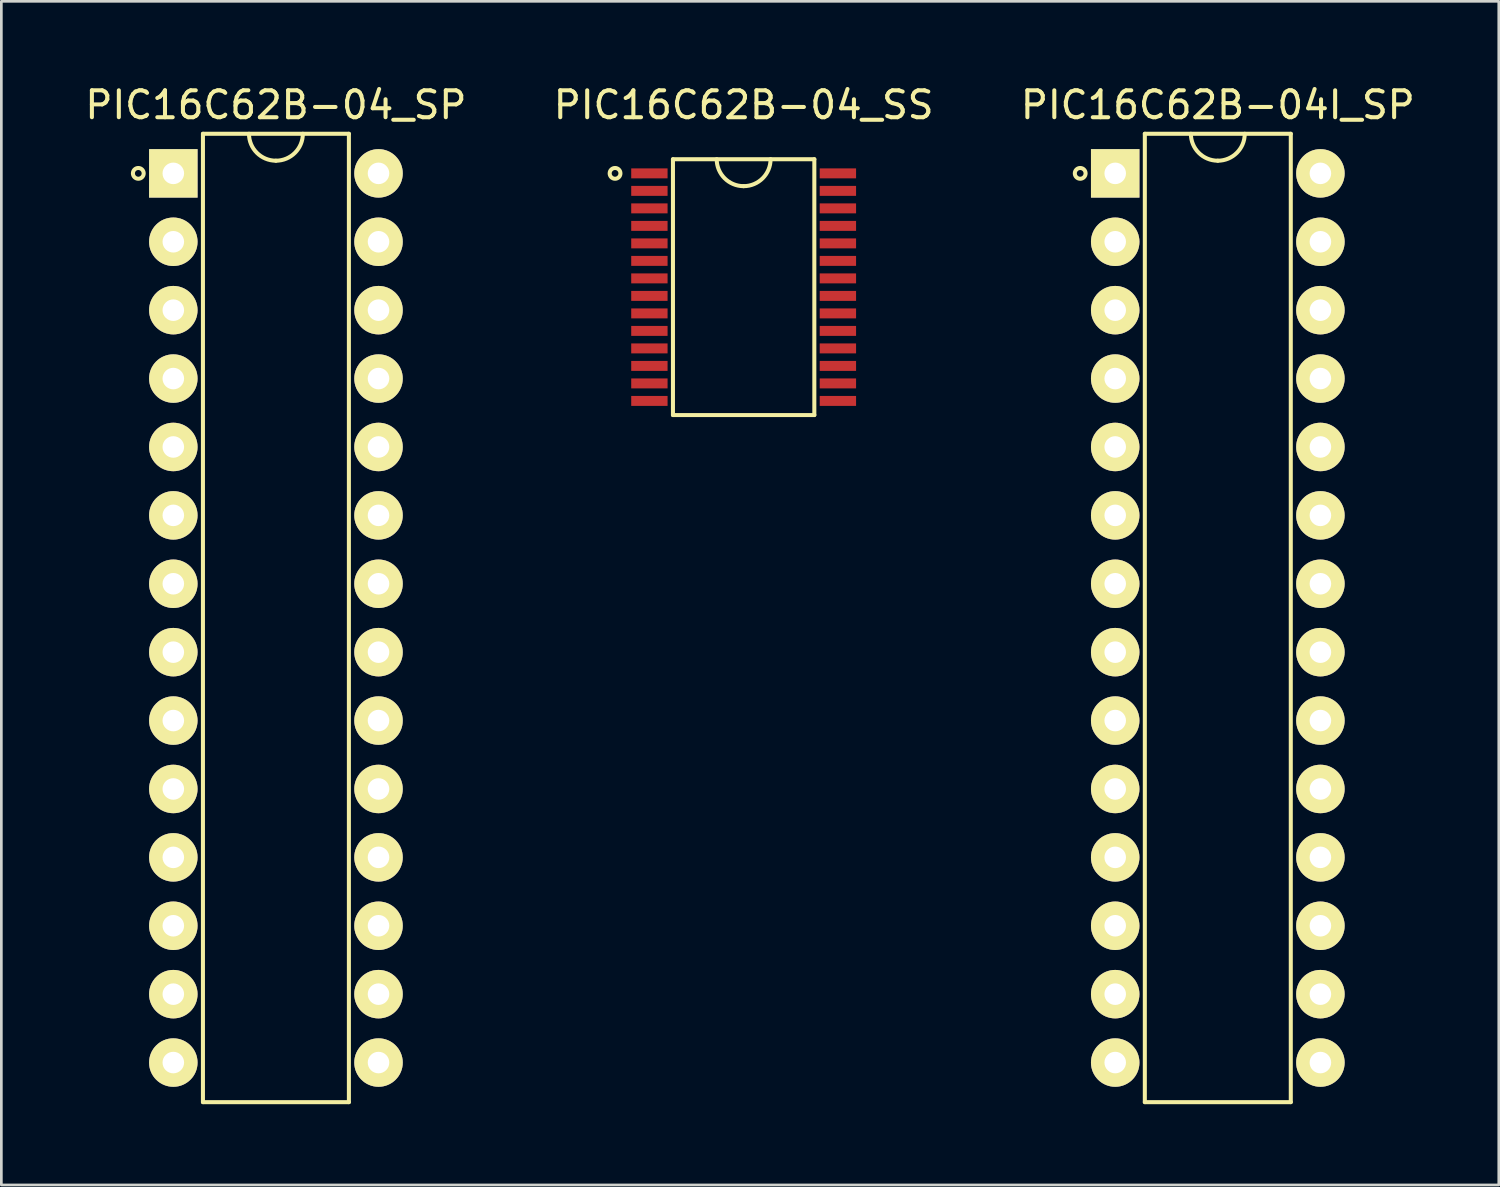
<source format=kicad_pcb>
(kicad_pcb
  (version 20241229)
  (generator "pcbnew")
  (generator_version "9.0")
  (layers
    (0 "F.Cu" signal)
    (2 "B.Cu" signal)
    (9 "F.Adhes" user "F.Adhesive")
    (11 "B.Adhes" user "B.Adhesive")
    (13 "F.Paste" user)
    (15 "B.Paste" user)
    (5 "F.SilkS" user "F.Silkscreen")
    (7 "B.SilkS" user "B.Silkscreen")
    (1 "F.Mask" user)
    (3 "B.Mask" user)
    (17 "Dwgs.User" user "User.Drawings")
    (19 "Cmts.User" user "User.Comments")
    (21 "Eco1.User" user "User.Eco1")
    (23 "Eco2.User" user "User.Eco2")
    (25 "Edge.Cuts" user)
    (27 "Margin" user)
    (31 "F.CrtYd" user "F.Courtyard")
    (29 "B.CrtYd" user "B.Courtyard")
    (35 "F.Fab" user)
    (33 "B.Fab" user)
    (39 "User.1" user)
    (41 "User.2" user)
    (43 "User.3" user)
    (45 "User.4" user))
  (footprint "PIC16C62B-04_SS"
    (layer "F.Cu")
    (at 21.065 3.388)
    (property "Reference" "PIC16C62B-04_SS" (at 3.5 -2.54 0) (layer "F.SilkS") (effects (font (size 1 1) (thickness 0.15))))
    (attr through_hole)
    (fp_line (start 0.875 -0.525) (end 6.125 -0.525) (stroke (width 0.15) (type solid)) (layer "F.SilkS"))
    (fp_line (start 0.875 8.975) (end 0.875 -0.525) (stroke (width 0.15) (type solid)) (layer "F.SilkS"))
    (fp_line (start 6.125 -0.525) (end 6.125 8.975) (stroke (width 0.15) (type solid)) (layer "F.SilkS"))
    (fp_line (start 6.125 8.975) (end 0.875 8.975) (stroke (width 0.15) (type solid)) (layer "F.SilkS"))
    (fp_arc (start 3.5 0.475) (mid 2.792893 0.182107) (end 2.5 -0.525) (stroke (width 0.15) (type solid)) (layer "F.SilkS"))
    (fp_arc (start 4.5 -0.525) (mid 4.207107 0.182107) (end 3.5 0.475) (stroke (width 0.15) (type solid)) (layer "F.SilkS"))
    (fp_circle (center -1.275 0) (end -1.275 0.2) (stroke (width 0.15) (type solid)) (fill no) (layer "F.SilkS"))
    (pad "1" smd rect (at 0 0) (size 1.35 0.37) (layers "F.Cu" "F.Mask" "F.Paste"))
    (pad "2" smd rect (at 0 0.65) (size 1.35 0.37) (layers "F.Cu" "F.Mask" "F.Paste"))
    (pad "3" smd rect (at 0 1.3) (size 1.35 0.37) (layers "F.Cu" "F.Mask" "F.Paste"))
    (pad "4" smd rect (at 0 1.95) (size 1.35 0.37) (layers "F.Cu" "F.Mask" "F.Paste"))
    (pad "5" smd rect (at 0 2.6) (size 1.35 0.37) (layers "F.Cu" "F.Mask" "F.Paste"))
    (pad "6" smd rect (at 0 3.25) (size 1.35 0.37) (layers "F.Cu" "F.Mask" "F.Paste"))
    (pad "7" smd rect (at 0 3.9) (size 1.35 0.37) (layers "F.Cu" "F.Mask" "F.Paste"))
    (pad "8" smd rect (at 0 4.55) (size 1.35 0.37) (layers "F.Cu" "F.Mask" "F.Paste"))
    (pad "9" smd rect (at 0 5.2) (size 1.35 0.37) (layers "F.Cu" "F.Mask" "F.Paste"))
    (pad "10" smd rect (at 0 5.85) (size 1.35 0.37) (layers "F.Cu" "F.Mask" "F.Paste"))
    (pad "11" smd rect (at 0 6.5) (size 1.35 0.37) (layers "F.Cu" "F.Mask" "F.Paste"))
    (pad "12" smd rect (at 0 7.15) (size 1.35 0.37) (layers "F.Cu" "F.Mask" "F.Paste"))
    (pad "13" smd rect (at 0 7.8) (size 1.35 0.37) (layers "F.Cu" "F.Mask" "F.Paste"))
    (pad "14" smd rect (at 0 8.45) (size 1.35 0.37) (layers "F.Cu" "F.Mask" "F.Paste"))
    (pad "15" smd rect (at 7 8.45) (size 1.35 0.37) (layers "F.Cu" "F.Mask" "F.Paste"))
    (pad "16" smd rect (at 7 7.8) (size 1.35 0.37) (layers "F.Cu" "F.Mask" "F.Paste"))
    (pad "17" smd rect (at 7 7.15) (size 1.35 0.37) (layers "F.Cu" "F.Mask" "F.Paste"))
    (pad "18" smd rect (at 7 6.5) (size 1.35 0.37) (layers "F.Cu" "F.Mask" "F.Paste"))
    (pad "19" smd rect (at 7 5.85) (size 1.35 0.37) (layers "F.Cu" "F.Mask" "F.Paste"))
    (pad "20" smd rect (at 7 5.2) (size 1.35 0.37) (layers "F.Cu" "F.Mask" "F.Paste"))
    (pad "21" smd rect (at 7 4.55) (size 1.35 0.37) (layers "F.Cu" "F.Mask" "F.Paste"))
    (pad "22" smd rect (at 7 3.9) (size 1.35 0.37) (layers "F.Cu" "F.Mask" "F.Paste"))
    (pad "23" smd rect (at 7 3.25) (size 1.35 0.37) (layers "F.Cu" "F.Mask" "F.Paste"))
    (pad "24" smd rect (at 7 2.6) (size 1.35 0.37) (layers "F.Cu" "F.Mask" "F.Paste"))
    (pad "25" smd rect (at 7 1.95) (size 1.35 0.37) (layers "F.Cu" "F.Mask" "F.Paste"))
    (pad "26" smd rect (at 7 1.3) (size 1.35 0.37) (layers "F.Cu" "F.Mask" "F.Paste"))
    (pad "27" smd rect (at 7 0.65) (size 1.35 0.37) (layers "F.Cu" "F.Mask" "F.Paste"))
    (pad "28" smd rect (at 7 0) (size 1.35 0.37) (layers "F.Cu" "F.Mask" "F.Paste")))
  (footprint "PIC16C62B-04_SP"
    (layer "F.Cu")
    (at 3.386 3.388)
    (property "Reference" "PIC16C62B-04_SP" (at 3.81 -2.54 0) (layer "F.SilkS") (effects (font (size 1 1) (thickness 0.15))))
    (attr through_hole)
    (fp_line (start 1.1 -1.47) (end 6.52 -1.47) (stroke (width 0.15) (type solid)) (layer "F.SilkS"))
    (fp_line (start 1.1 34.49) (end 1.1 -1.47) (stroke (width 0.15) (type solid)) (layer "F.SilkS"))
    (fp_line (start 6.52 -1.47) (end 6.52 34.49) (stroke (width 0.15) (type solid)) (layer "F.SilkS"))
    (fp_line (start 6.52 34.49) (end 1.1 34.49) (stroke (width 0.15) (type solid)) (layer "F.SilkS"))
    (fp_arc (start 3.81 -0.47) (mid 3.102893 -0.762893) (end 2.81 -1.47) (stroke (width 0.15) (type solid)) (layer "F.SilkS"))
    (fp_arc (start 4.81 -1.47) (mid 4.517107 -0.762893) (end 3.81 -0.47) (stroke (width 0.15) (type solid)) (layer "F.SilkS"))
    (fp_circle (center -1.3 0) (end -1.3 0.2) (stroke (width 0.15) (type solid)) (fill no) (layer "F.SilkS"))
    (pad "1" thru_hole rect (at 0 0) (size 1.8 1.8) (drill 0.8) (layers "*.Cu" "*.Mask" "F.SilkS"))
    (pad "2" thru_hole circle (at 0 2.54) (size 1.8 1.8) (drill 0.8) (layers "*.Cu" "*.Mask" "F.SilkS"))
    (pad "3" thru_hole circle (at 0 5.08) (size 1.8 1.8) (drill 0.8) (layers "*.Cu" "*.Mask" "F.SilkS"))
    (pad "4" thru_hole circle (at 0 7.62) (size 1.8 1.8) (drill 0.8) (layers "*.Cu" "*.Mask" "F.SilkS"))
    (pad "5" thru_hole circle (at 0 10.16) (size 1.8 1.8) (drill 0.8) (layers "*.Cu" "*.Mask" "F.SilkS"))
    (pad "6" thru_hole circle (at 0 12.7) (size 1.8 1.8) (drill 0.8) (layers "*.Cu" "*.Mask" "F.SilkS"))
    (pad "7" thru_hole circle (at 0 15.24) (size 1.8 1.8) (drill 0.8) (layers "*.Cu" "*.Mask" "F.SilkS"))
    (pad "8" thru_hole circle (at 0 17.78) (size 1.8 1.8) (drill 0.8) (layers "*.Cu" "*.Mask" "F.SilkS"))
    (pad "9" thru_hole circle (at 0 20.32) (size 1.8 1.8) (drill 0.8) (layers "*.Cu" "*.Mask" "F.SilkS"))
    (pad "10" thru_hole circle (at 0 22.86) (size 1.8 1.8) (drill 0.8) (layers "*.Cu" "*.Mask" "F.SilkS"))
    (pad "11" thru_hole circle (at 0 25.4) (size 1.8 1.8) (drill 0.8) (layers "*.Cu" "*.Mask" "F.SilkS"))
    (pad "12" thru_hole circle (at 0 27.94) (size 1.8 1.8) (drill 0.8) (layers "*.Cu" "*.Mask" "F.SilkS"))
    (pad "13" thru_hole circle (at 0 30.48) (size 1.8 1.8) (drill 0.8) (layers "*.Cu" "*.Mask" "F.SilkS"))
    (pad "14" thru_hole circle (at 0 33.02) (size 1.8 1.8) (drill 0.8) (layers "*.Cu" "*.Mask" "F.SilkS"))
    (pad "15" thru_hole circle (at 7.62 33.02) (size 1.8 1.8) (drill 0.8) (layers "*.Cu" "*.Mask" "F.SilkS"))
    (pad "16" thru_hole circle (at 7.62 30.48) (size 1.8 1.8) (drill 0.8) (layers "*.Cu" "*.Mask" "F.SilkS"))
    (pad "17" thru_hole circle (at 7.62 27.94) (size 1.8 1.8) (drill 0.8) (layers "*.Cu" "*.Mask" "F.SilkS"))
    (pad "18" thru_hole circle (at 7.62 25.4) (size 1.8 1.8) (drill 0.8) (layers "*.Cu" "*.Mask" "F.SilkS"))
    (pad "19" thru_hole circle (at 7.62 22.86) (size 1.8 1.8) (drill 0.8) (layers "*.Cu" "*.Mask" "F.SilkS"))
    (pad "20" thru_hole circle (at 7.62 20.32) (size 1.8 1.8) (drill 0.8) (layers "*.Cu" "*.Mask" "F.SilkS"))
    (pad "21" thru_hole circle (at 7.62 17.78) (size 1.8 1.8) (drill 0.8) (layers "*.Cu" "*.Mask" "F.SilkS"))
    (pad "22" thru_hole circle (at 7.62 15.24) (size 1.8 1.8) (drill 0.8) (layers "*.Cu" "*.Mask" "F.SilkS"))
    (pad "23" thru_hole circle (at 7.62 12.7) (size 1.8 1.8) (drill 0.8) (layers "*.Cu" "*.Mask" "F.SilkS"))
    (pad "24" thru_hole circle (at 7.62 10.16) (size 1.8 1.8) (drill 0.8) (layers "*.Cu" "*.Mask" "F.SilkS"))
    (pad "25" thru_hole circle (at 7.62 7.62) (size 1.8 1.8) (drill 0.8) (layers "*.Cu" "*.Mask" "F.SilkS"))
    (pad "26" thru_hole circle (at 7.62 5.08) (size 1.8 1.8) (drill 0.8) (layers "*.Cu" "*.Mask" "F.SilkS"))
    (pad "27" thru_hole circle (at 7.62 2.54) (size 1.8 1.8) (drill 0.8) (layers "*.Cu" "*.Mask" "F.SilkS"))
    (pad "28" thru_hole circle (at 7.62 0) (size 1.8 1.8) (drill 0.8) (layers "*.Cu" "*.Mask" "F.SilkS")))
  (footprint "PIC16C62B-04I_SP"
    (layer "F.Cu")
    (at 38.363 3.388)
    (property "Reference" "PIC16C62B-04I_SP" (at 3.81 -2.54 0) (layer "F.SilkS") (effects (font (size 1 1) (thickness 0.15))))
    (attr through_hole)
    (fp_line (start 1.1 -1.47) (end 6.52 -1.47) (stroke (width 0.15) (type solid)) (layer "F.SilkS"))
    (fp_line (start 1.1 34.49) (end 1.1 -1.47) (stroke (width 0.15) (type solid)) (layer "F.SilkS"))
    (fp_line (start 6.52 -1.47) (end 6.52 34.49) (stroke (width 0.15) (type solid)) (layer "F.SilkS"))
    (fp_line (start 6.52 34.49) (end 1.1 34.49) (stroke (width 0.15) (type solid)) (layer "F.SilkS"))
    (fp_arc (start 3.81 -0.47) (mid 3.102893 -0.762893) (end 2.81 -1.47) (stroke (width 0.15) (type solid)) (layer "F.SilkS"))
    (fp_arc (start 4.81 -1.47) (mid 4.517107 -0.762893) (end 3.81 -0.47) (stroke (width 0.15) (type solid)) (layer "F.SilkS"))
    (fp_circle (center -1.3 0) (end -1.3 0.2) (stroke (width 0.15) (type solid)) (fill no) (layer "F.SilkS"))
    (pad "1" thru_hole rect (at 0 0) (size 1.8 1.8) (drill 0.8) (layers "*.Cu" "*.Mask" "F.SilkS"))
    (pad "2" thru_hole circle (at 0 2.54) (size 1.8 1.8) (drill 0.8) (layers "*.Cu" "*.Mask" "F.SilkS"))
    (pad "3" thru_hole circle (at 0 5.08) (size 1.8 1.8) (drill 0.8) (layers "*.Cu" "*.Mask" "F.SilkS"))
    (pad "4" thru_hole circle (at 0 7.62) (size 1.8 1.8) (drill 0.8) (layers "*.Cu" "*.Mask" "F.SilkS"))
    (pad "5" thru_hole circle (at 0 10.16) (size 1.8 1.8) (drill 0.8) (layers "*.Cu" "*.Mask" "F.SilkS"))
    (pad "6" thru_hole circle (at 0 12.7) (size 1.8 1.8) (drill 0.8) (layers "*.Cu" "*.Mask" "F.SilkS"))
    (pad "7" thru_hole circle (at 0 15.24) (size 1.8 1.8) (drill 0.8) (layers "*.Cu" "*.Mask" "F.SilkS"))
    (pad "8" thru_hole circle (at 0 17.78) (size 1.8 1.8) (drill 0.8) (layers "*.Cu" "*.Mask" "F.SilkS"))
    (pad "9" thru_hole circle (at 0 20.32) (size 1.8 1.8) (drill 0.8) (layers "*.Cu" "*.Mask" "F.SilkS"))
    (pad "10" thru_hole circle (at 0 22.86) (size 1.8 1.8) (drill 0.8) (layers "*.Cu" "*.Mask" "F.SilkS"))
    (pad "11" thru_hole circle (at 0 25.4) (size 1.8 1.8) (drill 0.8) (layers "*.Cu" "*.Mask" "F.SilkS"))
    (pad "12" thru_hole circle (at 0 27.94) (size 1.8 1.8) (drill 0.8) (layers "*.Cu" "*.Mask" "F.SilkS"))
    (pad "13" thru_hole circle (at 0 30.48) (size 1.8 1.8) (drill 0.8) (layers "*.Cu" "*.Mask" "F.SilkS"))
    (pad "14" thru_hole circle (at 0 33.02) (size 1.8 1.8) (drill 0.8) (layers "*.Cu" "*.Mask" "F.SilkS"))
    (pad "15" thru_hole circle (at 7.62 33.02) (size 1.8 1.8) (drill 0.8) (layers "*.Cu" "*.Mask" "F.SilkS"))
    (pad "16" thru_hole circle (at 7.62 30.48) (size 1.8 1.8) (drill 0.8) (layers "*.Cu" "*.Mask" "F.SilkS"))
    (pad "17" thru_hole circle (at 7.62 27.94) (size 1.8 1.8) (drill 0.8) (layers "*.Cu" "*.Mask" "F.SilkS"))
    (pad "18" thru_hole circle (at 7.62 25.4) (size 1.8 1.8) (drill 0.8) (layers "*.Cu" "*.Mask" "F.SilkS"))
    (pad "19" thru_hole circle (at 7.62 22.86) (size 1.8 1.8) (drill 0.8) (layers "*.Cu" "*.Mask" "F.SilkS"))
    (pad "20" thru_hole circle (at 7.62 20.32) (size 1.8 1.8) (drill 0.8) (layers "*.Cu" "*.Mask" "F.SilkS"))
    (pad "21" thru_hole circle (at 7.62 17.78) (size 1.8 1.8) (drill 0.8) (layers "*.Cu" "*.Mask" "F.SilkS"))
    (pad "22" thru_hole circle (at 7.62 15.24) (size 1.8 1.8) (drill 0.8) (layers "*.Cu" "*.Mask" "F.SilkS"))
    (pad "23" thru_hole circle (at 7.62 12.7) (size 1.8 1.8) (drill 0.8) (layers "*.Cu" "*.Mask" "F.SilkS"))
    (pad "24" thru_hole circle (at 7.62 10.16) (size 1.8 1.8) (drill 0.8) (layers "*.Cu" "*.Mask" "F.SilkS"))
    (pad "25" thru_hole circle (at 7.62 7.62) (size 1.8 1.8) (drill 0.8) (layers "*.Cu" "*.Mask" "F.SilkS"))
    (pad "26" thru_hole circle (at 7.62 5.08) (size 1.8 1.8) (drill 0.8) (layers "*.Cu" "*.Mask" "F.SilkS"))
    (pad "27" thru_hole circle (at 7.62 2.54) (size 1.8 1.8) (drill 0.8) (layers "*.Cu" "*.Mask" "F.SilkS"))
    (pad "28" thru_hole circle (at 7.62 0) (size 1.8 1.8) (drill 0.8) (layers "*.Cu" "*.Mask" "F.SilkS")))
  (gr_rect
    (start -3 -3)
    (end 52.607 40.953)
    (stroke (width 0.1) (type default))
    (fill no)
    (layer "Edge.Cuts")))
</source>
